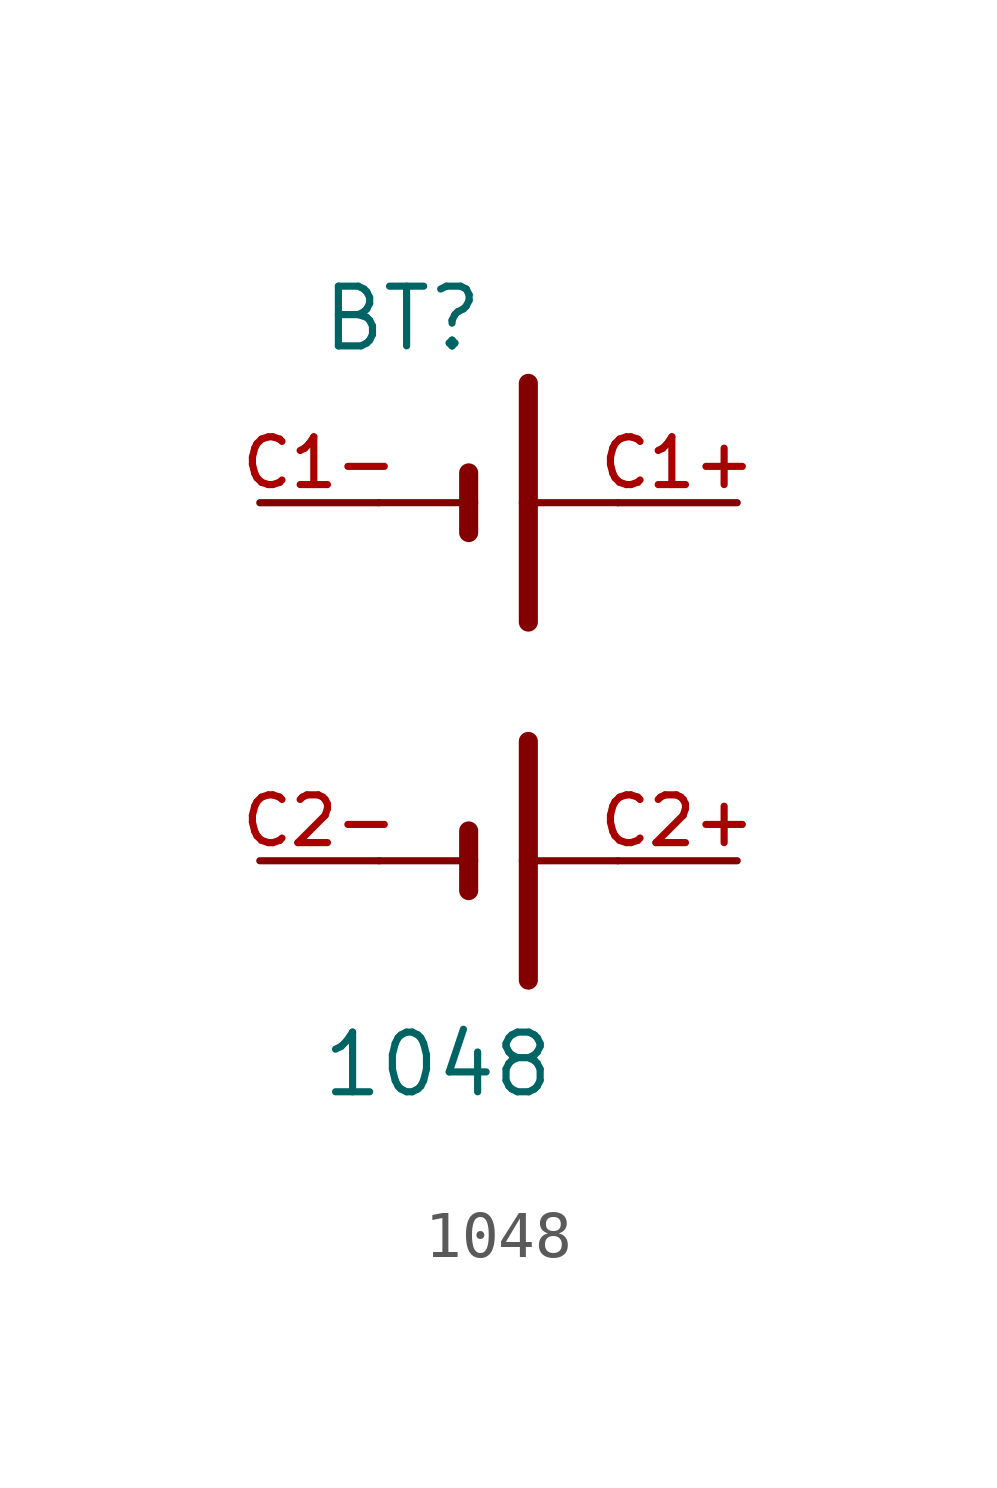
<source format=kicad_sym>
(kicad_symbol_lib
  (version 20211014)
  (generator kicad_symbol_editor)
  (symbol "1048"
    (pin_names
      (offset 1.016) hide)
    (property "Reference" "BT"
      (at -3.81 8.255 0)
      (effects (font (size 1.27 1.27)) (justify left bottom)))
    (property "Value" "1048"
      (at -3.81 -7.62 0)
      (effects (font (size 1.27 1.27)) (justify left bottom)))
    (property "ki_locked" ""
      (at 0 0 0)
      (effects (font (size 1.27 1.27))))
    (symbol "1048_0_0"
      (polyline (pts (xy -2.54 -2.54) (xy -0.635 -2.54)) (stroke (width 0.152) (type default) (color 0 0 0 0)) (fill (type none)))
      (polyline (pts (xy -2.54 5.08) (xy -0.635 5.08)) (stroke (width 0.152) (type default) (color 0 0 0 0)) (fill (type none)))
      (polyline (pts (xy -0.635 -2.54) (xy -0.635 -3.175)) (stroke (width 0.406) (type default) (color 0 0 0 0)) (fill (type none)))
      (polyline (pts (xy -0.635 -1.905) (xy -0.635 -2.54)) (stroke (width 0.406) (type default) (color 0 0 0 0)) (fill (type none)))
      (polyline (pts (xy -0.635 5.08) (xy -0.635 4.445)) (stroke (width 0.406) (type default) (color 0 0 0 0)) (fill (type none)))
      (polyline (pts (xy -0.635 5.715) (xy -0.635 5.08)) (stroke (width 0.406) (type default) (color 0 0 0 0)) (fill (type none)))
      (polyline (pts (xy 0.635 -2.54) (xy 0.635 -5.08)) (stroke (width 0.406) (type default) (color 0 0 0 0)) (fill (type none)))
      (polyline (pts (xy 0.635 -2.54) (xy 2.54 -2.54)) (stroke (width 0.152) (type default) (color 0 0 0 0)) (fill (type none)))
      (polyline (pts (xy 0.635 0) (xy 0.635 -2.54)) (stroke (width 0.406) (type default) (color 0 0 0 0)) (fill (type none)))
      (polyline (pts (xy 0.635 5.08) (xy 0.635 2.54)) (stroke (width 0.406) (type default) (color 0 0 0 0)) (fill (type none)))
      (polyline (pts (xy 0.635 5.08) (xy 2.54 5.08)) (stroke (width 0.152) (type default) (color 0 0 0 0)) (fill (type none)))
      (polyline (pts (xy 0.635 7.62) (xy 0.635 5.08)) (stroke (width 0.406) (type default) (color 0 0 0 0)) (fill (type none)))
      (pin passive line (at 5.08 5.08 180) (length 2.54) (name "~" (effects (font (size 1.016 1.016)))) (number "C1+" (effects (font (size 1.016 1.016)))))
      (pin passive line (at -5.08 5.08 0) (length 2.54) (name "~" (effects (font (size 1.016 1.016)))) (number "C1-" (effects (font (size 1.016 1.016)))))
      (pin passive line (at 5.08 -2.54 180) (length 2.54) (name "~" (effects (font (size 1.016 1.016)))) (number "C2+" (effects (font (size 1.016 1.016)))))
      (pin passive line (at -5.08 -2.54 0) (length 2.54) (name "~" (effects (font (size 1.016 1.016)))) (number "C2-" (effects (font (size 1.016 1.016))))))))
</source>
